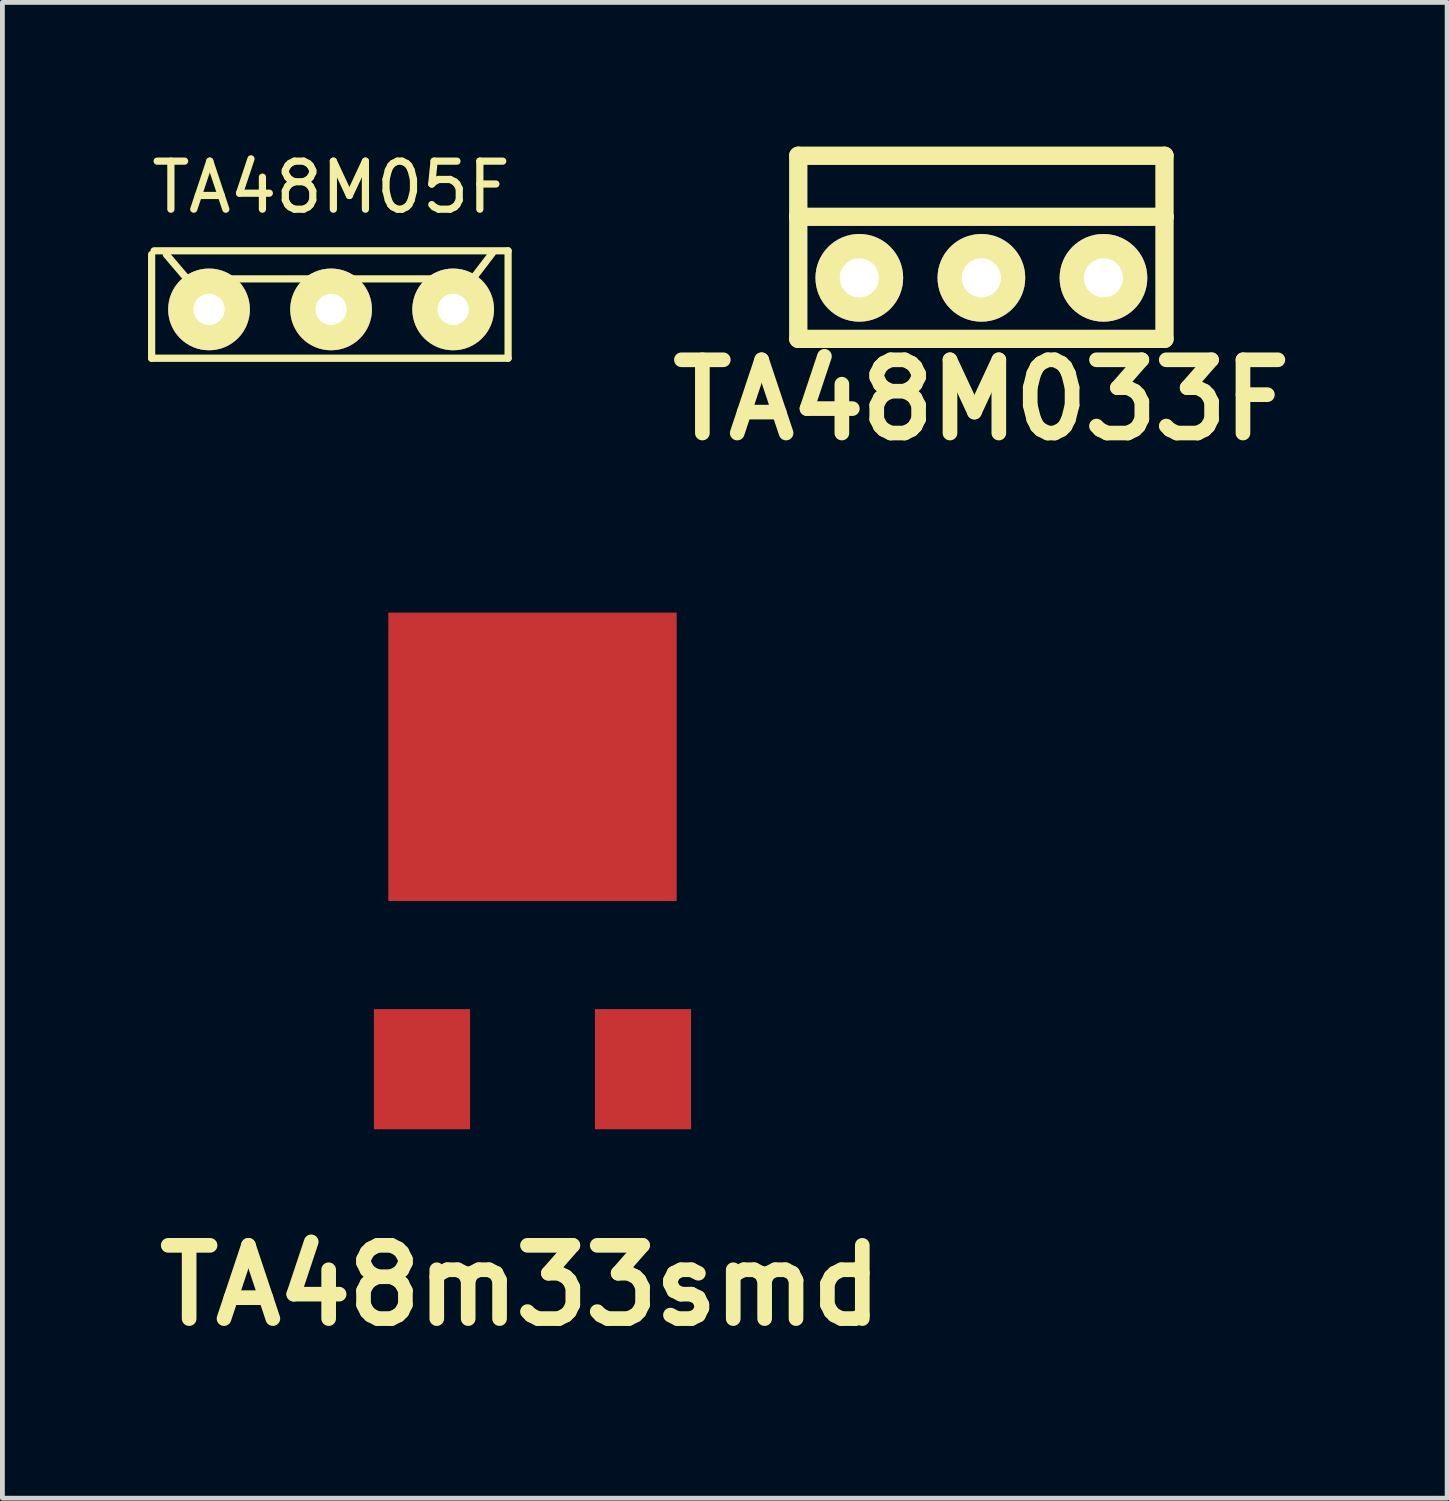
<source format=kicad_pcb>
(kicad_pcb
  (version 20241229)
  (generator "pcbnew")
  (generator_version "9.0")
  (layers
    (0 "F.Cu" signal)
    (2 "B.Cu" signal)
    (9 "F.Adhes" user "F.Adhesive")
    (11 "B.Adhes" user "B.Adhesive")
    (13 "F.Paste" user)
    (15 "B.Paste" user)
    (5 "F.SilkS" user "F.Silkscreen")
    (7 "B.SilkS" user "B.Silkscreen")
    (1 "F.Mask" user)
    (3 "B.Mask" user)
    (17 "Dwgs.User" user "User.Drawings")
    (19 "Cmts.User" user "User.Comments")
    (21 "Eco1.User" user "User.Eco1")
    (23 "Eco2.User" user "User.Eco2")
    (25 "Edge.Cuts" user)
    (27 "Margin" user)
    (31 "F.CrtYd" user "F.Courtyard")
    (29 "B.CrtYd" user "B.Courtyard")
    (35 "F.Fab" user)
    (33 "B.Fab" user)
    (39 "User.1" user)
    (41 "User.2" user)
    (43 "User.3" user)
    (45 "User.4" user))
  (footprint "TA48M05F"
    (layer "F.Cu")
    (at 3.839 3.388)
    (property "Reference" "TA48M05F" (at 0 -2.54 0) (layer "F.SilkS") (effects (font (size 1 1) (thickness 0.15))))
    (attr through_hole)
    (fp_line (start -3.734 -1.143) (end -3.734 1.016) (stroke (width 0.15) (type solid)) (layer "F.SilkS"))
    (fp_line (start -3.734 1.016) (end 3.683 1.016) (stroke (width 0.15) (type solid)) (layer "F.SilkS"))
    (fp_line (start -3.429 -1.143) (end -2.997 -0.635) (stroke (width 0.15) (type solid)) (layer "F.SilkS"))
    (fp_line (start -2.997 -0.635) (end 2.946 -0.635) (stroke (width 0.15) (type solid)) (layer "F.SilkS"))
    (fp_line (start 2.946 -0.635) (end 3.353 -1.168) (stroke (width 0.15) (type solid)) (layer "F.SilkS"))
    (fp_line (start 3.683 -1.219) (end -3.683 -1.219) (stroke (width 0.15) (type solid)) (layer "F.SilkS"))
    (fp_line (start 3.683 1.016) (end 3.683 -1.219) (stroke (width 0.15) (type solid)) (layer "F.SilkS"))
    (pad "GND" thru_hole circle (at 0 0) (size 1.7 1.7) (drill 0.65) (layers "*.Cu" "*.Mask" "F.SilkS"))
    (pad "VI" thru_hole circle (at -2.54 0) (size 1.7 1.7) (drill 0.65) (layers "*.Cu" "*.Mask" "F.SilkS"))
    (pad "VO" thru_hole circle (at 2.54 0) (size 1.7 1.7) (drill 0.65) (layers "*.Cu" "*.Mask" "F.SilkS")))
  (footprint "TA48m33smd"
    (layer "F.Cu")
    (at 8.03 17.697)
    (property "Reference" "TA48m33smd" (at -0.25 6 0) (layer "F.SilkS") (effects (font (size 1.524 1.524) (thickness 0.305))))
    (attr through_hole)
    (pad "1" smd rect (at -2.3 1.5) (size 2 2.5) (layers "F.Cu" "F.Mask" "F.Paste"))
    (pad "2" smd rect (at 2.3 1.5) (size 2 2.5) (layers "F.Cu" "F.Mask" "F.Paste"))
    (pad "3" smd rect (at 0 -5) (size 6 6) (layers "F.Cu" "F.Mask" "F.Paste")))
  (footprint "TA48M033F"
    (layer "F.Cu")
    (at 17.37 2.731)
    (property "Reference" "TA48M033F" (at 0 2.54 0) (layer "F.SilkS") (effects (font (size 1.524 1.524) (thickness 0.305))))
    (attr through_hole)
    (fp_line (start -3.81 -2.54) (end 3.81 -2.54) (stroke (width 0.381) (type solid)) (layer "F.SilkS"))
    (fp_line (start -3.81 -1.27) (end -3.81 -2.54) (stroke (width 0.381) (type solid)) (layer "F.SilkS"))
    (fp_line (start -3.81 -1.27) (end 3.81 -1.27) (stroke (width 0.381) (type solid)) (layer "F.SilkS"))
    (fp_line (start -3.81 1.27) (end -3.81 -1.27) (stroke (width 0.381) (type solid)) (layer "F.SilkS"))
    (fp_line (start 3.81 -2.54) (end 3.81 -1.27) (stroke (width 0.381) (type solid)) (layer "F.SilkS"))
    (fp_line (start 3.81 -1.27) (end 3.81 1.27) (stroke (width 0.381) (type solid)) (layer "F.SilkS"))
    (fp_line (start 3.81 1.27) (end -3.81 1.27) (stroke (width 0.381) (type solid)) (layer "F.SilkS"))
    (pad "1" thru_hole circle (at -2.54 0) (size 1.824 1.824) (drill 0.813) (layers "*.Cu" "*.Mask" "F.SilkS"))
    (pad "2" thru_hole circle (at 0 0) (size 1.824 1.824) (drill 0.813) (layers "*.Cu" "*.Mask" "F.SilkS"))
    (pad "3" thru_hole circle (at 2.54 0) (size 1.824 1.824) (drill 0.813) (layers "*.Cu" "*.Mask" "F.SilkS")))
  (gr_rect
    (start -3 -3)
    (end 27.061 28.123)
    (stroke (width 0.1) (type default))
    (fill no)
    (layer "Edge.Cuts")))
</source>
